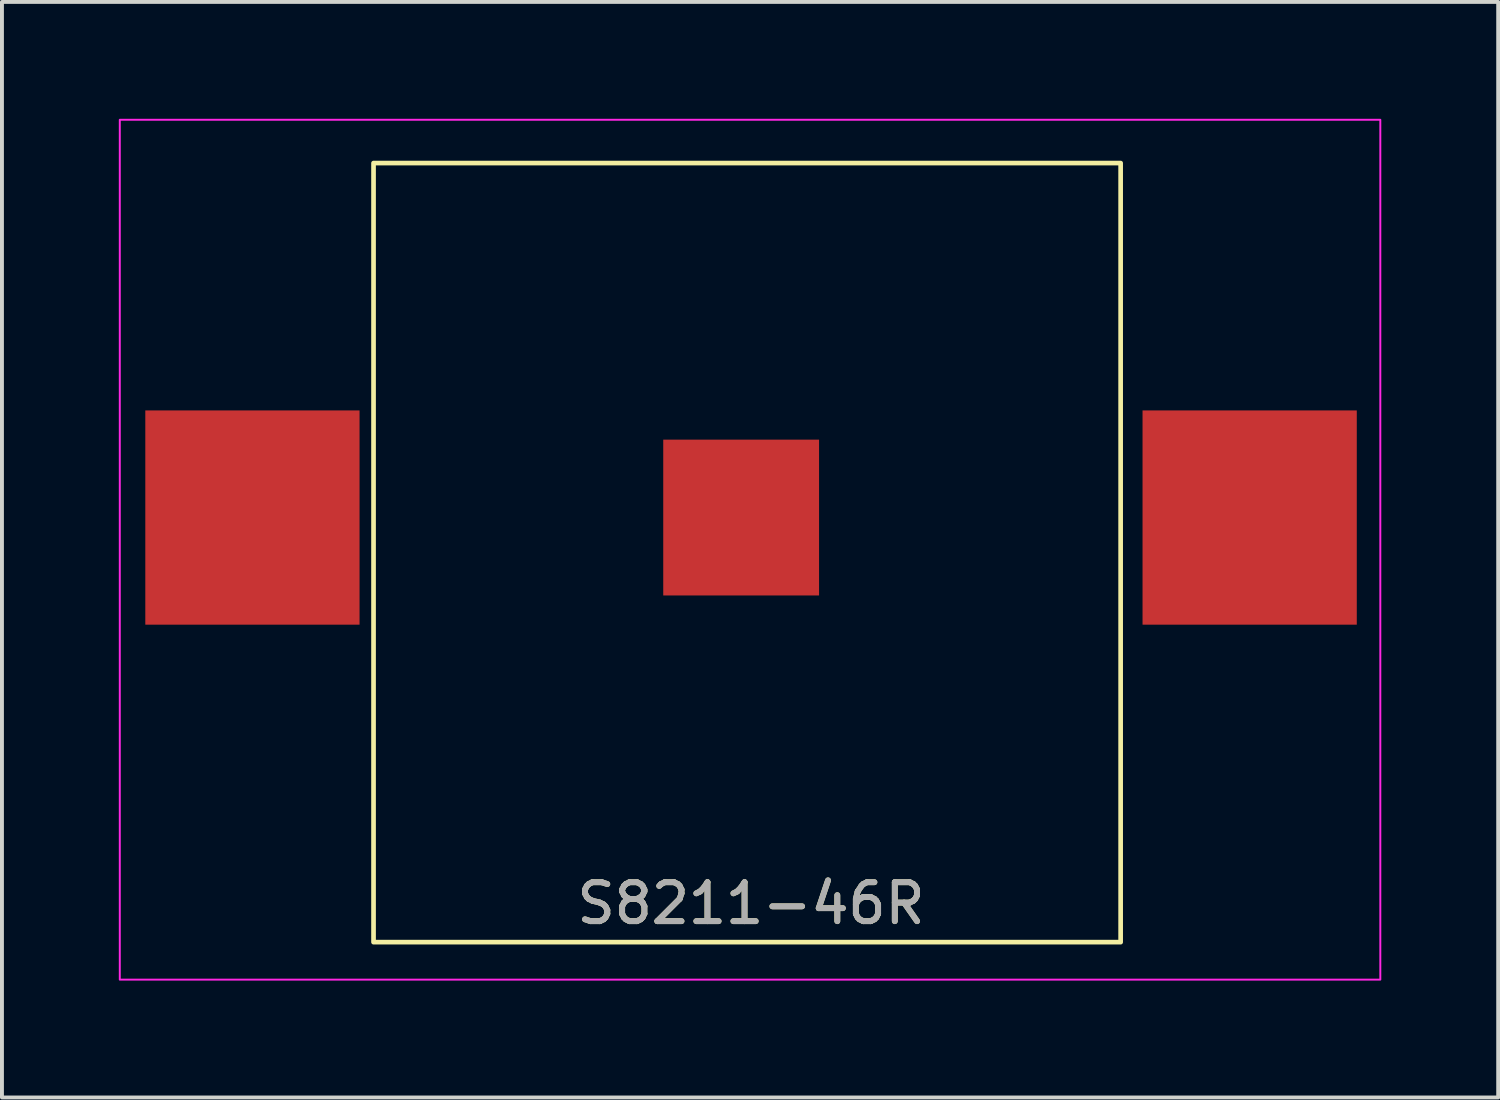
<source format=kicad_pcb>
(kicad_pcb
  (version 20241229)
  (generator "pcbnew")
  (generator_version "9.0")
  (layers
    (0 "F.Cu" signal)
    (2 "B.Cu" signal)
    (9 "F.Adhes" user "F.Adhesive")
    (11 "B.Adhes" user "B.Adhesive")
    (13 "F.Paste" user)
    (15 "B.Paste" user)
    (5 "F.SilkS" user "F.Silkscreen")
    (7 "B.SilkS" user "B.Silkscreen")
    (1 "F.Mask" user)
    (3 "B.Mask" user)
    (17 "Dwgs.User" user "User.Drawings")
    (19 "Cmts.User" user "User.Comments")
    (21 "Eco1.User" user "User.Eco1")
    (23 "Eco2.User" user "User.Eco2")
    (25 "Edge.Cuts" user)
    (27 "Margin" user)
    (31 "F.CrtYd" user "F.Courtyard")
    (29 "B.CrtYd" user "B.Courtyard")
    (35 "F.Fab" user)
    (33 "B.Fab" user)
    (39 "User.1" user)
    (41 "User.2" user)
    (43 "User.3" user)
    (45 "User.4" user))
  (footprint "S8211-46R"
    (layer "F.Cu")
    (at 16.23 10.236)
    (property "Reference" "S8211-46R" (at 0 9.906 0) (unlocked yes) (layer "F.SilkS") (effects (font (size 1 1) (thickness 0.15))))
    (attr through_hole)
    (fp_rect (start -9.691 10.9) (end 9.488 -9.1) (stroke (width 0.12) (type solid)) (fill no) (layer "F.SilkS"))
    (fp_rect (start -16.205 -10.211) (end 16.154 11.862) (stroke (width 0.05) (type solid)) (fill no) (layer "F.CrtYd"))
    (fp_text user "${REFERENCE}" (at 0 9.906 0) (unlocked yes) (layer "F.Fab") (effects (font (size 1 1) (thickness 0.15))))
    (pad "1" smd rect (at -12.8 0) (size 5.5 5.5) (layers "F.Cu" "F.Mask" "F.Paste"))
    (pad "2" smd rect (at -0.254 0) (size 4 4) (layers "F.Cu" "F.Mask" "F.Paste"))
    (pad "3" smd rect (at 12.8 0) (size 5.5 5.5) (layers "F.Cu" "F.Mask" "F.Paste")))
  (gr_rect
    (start -3 -3)
    (end 35.41 25.123)
    (stroke (width 0.1) (type default))
    (fill no)
    (layer "Edge.Cuts")))
</source>
